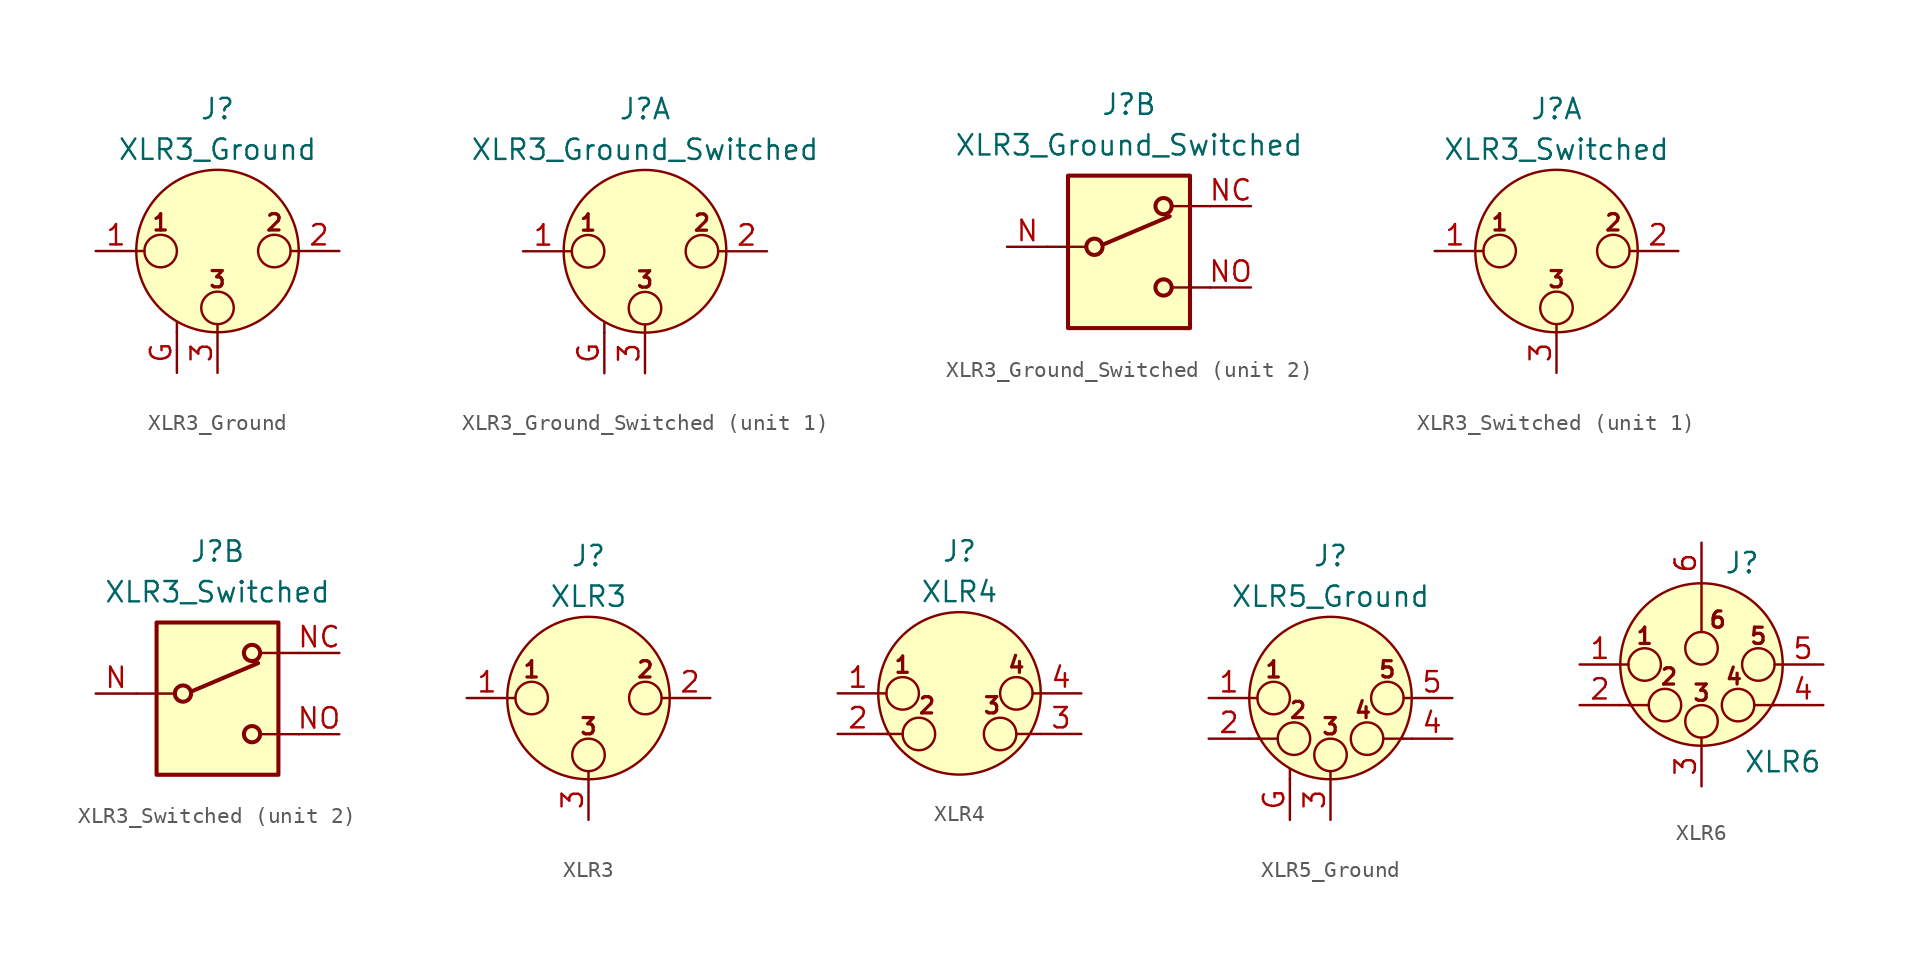
<source format=kicad_sym>
(kicad_symbol_lib
  (version 20241209)
  (generator "kicad_symbol_editor")
  (generator_version "9.0")
  (symbol "XLR3_Ground"
    (pin_names
      (hide yes))
    (property "Reference" "J"
      (at 0 8.89 0)
      (effects (font (size 1.27 1.27))))
    (property "Value" "XLR3_Ground"
      (at 0 6.35 0)
      (effects (font (size 1.27 1.27))))
    (symbol "XLR3_Ground_0_1"
      (polyline (pts (xy -5.08 0) (xy -4.572 0)) (stroke (width 0) (type default)) (fill (type none)))
      (circle (center -3.556 0) (radius 1.016) (stroke (width 0) (type default)) (fill (type none)))
      (polyline (pts (xy -2.54 -5.08) (xy -2.54 -4.445)) (stroke (width 0) (type default)) (fill (type none)))
      (circle (center 0 0) (radius 5.08) (stroke (width 0) (type default)) (fill (type background)))
      (circle (center 0 -3.556) (radius 1.016) (stroke (width 0) (type default)) (fill (type none)))
      (polyline (pts (xy 0 -5.08) (xy 0 -4.572)) (stroke (width 0) (type default)) (fill (type none)))
      (circle (center 3.556 0) (radius 1.016) (stroke (width 0) (type default)) (fill (type none)))
      (polyline (pts (xy 5.08 0) (xy 4.572 0)) (stroke (width 0) (type default)) (fill (type none)))
      (text "1" (at -3.556 1.778 0) (effects (font (size 1.016 1.016) (bold yes))))
      (text "3" (at 0 -1.778 0) (effects (font (size 1.016 1.016) (bold yes))))
      (text "2" (at 3.556 1.778 0) (effects (font (size 1.016 1.016) (bold yes))))
      (pin passive line (at -7.62 0 0) (length 2.54) (name "~" (effects (font (size 1.27 1.27)))) (number "1" (effects (font (size 1.27 1.27)))))
      (pin passive line (at 0 -7.62 90) (length 2.54) (name "~" (effects (font (size 1.27 1.27)))) (number "3" (effects (font (size 1.27 1.27)))))
      (pin passive line (at 7.62 0 180) (length 2.54) (name "~" (effects (font (size 1.27 1.27)))) (number "2" (effects (font (size 1.27 1.27))))))
    (symbol "XLR3_Ground_1_1"
      (pin passive line (at -2.54 -7.62 90) (length 2.54) (name "~" (effects (font (size 1.27 1.27)))) (number "G" (effects (font (size 1.27 1.27)))))))
  (symbol "XLR3_Ground_Switched"
    (pin_names
      (hide yes))
    (property "Reference" "J"
      (at 0 8.89 0)
      (effects (font (size 1.27 1.27))))
    (property "Value" "XLR3_Ground_Switched"
      (at 0 6.35 0)
      (effects (font (size 1.27 1.27))))
    (symbol "XLR3_Ground_Switched_1_1"
      (polyline (pts (xy -5.08 0) (xy -4.572 0)) (stroke (width 0) (type default)) (fill (type none)))
      (circle (center -3.556 0) (radius 1.016) (stroke (width 0) (type default)) (fill (type none)))
      (polyline (pts (xy -2.54 -5.08) (xy -2.54 -4.445)) (stroke (width 0) (type default)) (fill (type none)))
      (circle (center 0 0) (radius 5.08) (stroke (width 0) (type default)) (fill (type background)))
      (circle (center 0 -3.556) (radius 1.016) (stroke (width 0) (type default)) (fill (type none)))
      (polyline (pts (xy 0 -5.08) (xy 0 -4.572)) (stroke (width 0) (type default)) (fill (type none)))
      (circle (center 3.556 0) (radius 1.016) (stroke (width 0) (type default)) (fill (type none)))
      (polyline (pts (xy 5.08 0) (xy 4.572 0)) (stroke (width 0) (type default)) (fill (type none)))
      (text "1" (at -3.556 1.778 0) (effects (font (size 1.016 1.016) (bold yes))))
      (text "3" (at 0 -1.778 0) (effects (font (size 1.016 1.016) (bold yes))))
      (text "2" (at 3.556 1.778 0) (effects (font (size 1.016 1.016) (bold yes))))
      (pin passive line (at -7.62 0 0) (length 2.54) (name "~" (effects (font (size 1.27 1.27)))) (number "1" (effects (font (size 1.27 1.27)))))
      (pin passive line (at -2.54 -7.62 90) (length 2.54) (name "~" (effects (font (size 1.27 1.27)))) (number "G" (effects (font (size 1.27 1.27)))))
      (pin passive line (at 0 -7.62 90) (length 2.54) (name "~" (effects (font (size 1.27 1.27)))) (number "3" (effects (font (size 1.27 1.27)))))
      (pin passive line (at 7.62 0 180) (length 2.54) (name "~" (effects (font (size 1.27 1.27)))) (number "2" (effects (font (size 1.27 1.27))))))
    (symbol "XLR3_Ground_Switched_2_1"
      (polyline (pts (xy -5.08 0) (xy -2.794 0)) (stroke (width 0) (type default)) (fill (type none)))
      (rectangle (start -3.81 4.445) (end 3.81 -5.08) (stroke (width 0.254) (type default)) (fill (type background)))
      (circle (center -2.159 0) (radius 0.508) (stroke (width 0.254) (type default)) (fill (type none)))
      (polyline (pts (xy -1.651 0.127) (xy 2.54 1.905)) (stroke (width 0.254) (type default)) (fill (type none)))
      (circle (center 2.159 2.54) (radius 0.508) (stroke (width 0.254) (type default)) (fill (type none)))
      (circle (center 2.159 -2.54) (radius 0.508) (stroke (width 0.254) (type default)) (fill (type none)))
      (polyline (pts (xy 5.08 2.54) (xy 2.794 2.54)) (stroke (width 0) (type default)) (fill (type none)))
      (polyline (pts (xy 5.08 -2.54) (xy 2.794 -2.54)) (stroke (width 0) (type default)) (fill (type none)))
      (pin passive line (at -7.62 0 0) (length 2.54) (name "~" (effects (font (size 1.27 1.27)))) (number "N" (effects (font (size 1.27 1.27)))))
      (pin passive line (at 7.62 2.54 180) (length 2.54) (name "~" (effects (font (size 1.27 1.27)))) (number "NC" (effects (font (size 1.27 1.27)))))
      (pin passive line (at 7.62 -2.54 180) (length 2.54) (name "~" (effects (font (size 1.27 1.27)))) (number "NO" (effects (font (size 1.27 1.27)))))))
  (symbol "XLR3_Switched"
    (pin_names
      (hide yes))
    (property "Reference" "J"
      (at 0 8.89 0)
      (effects (font (size 1.27 1.27))))
    (property "Value" "XLR3_Switched"
      (at 0 6.35 0)
      (effects (font (size 1.27 1.27))))
    (symbol "XLR3_Switched_1_1"
      (polyline (pts (xy -5.08 0) (xy -4.572 0)) (stroke (width 0) (type default)) (fill (type none)))
      (circle (center -3.556 0) (radius 1.016) (stroke (width 0) (type default)) (fill (type none)))
      (circle (center 0 0) (radius 5.08) (stroke (width 0) (type default)) (fill (type background)))
      (circle (center 0 -3.556) (radius 1.016) (stroke (width 0) (type default)) (fill (type none)))
      (polyline (pts (xy 0 -5.08) (xy 0 -4.572)) (stroke (width 0) (type default)) (fill (type none)))
      (circle (center 3.556 0) (radius 1.016) (stroke (width 0) (type default)) (fill (type none)))
      (polyline (pts (xy 5.08 0) (xy 4.572 0)) (stroke (width 0) (type default)) (fill (type none)))
      (text "1" (at -3.556 1.778 0) (effects (font (size 1.016 1.016) (bold yes))))
      (text "3" (at 0 -1.778 0) (effects (font (size 1.016 1.016) (bold yes))))
      (text "2" (at 3.556 1.778 0) (effects (font (size 1.016 1.016) (bold yes))))
      (pin passive line (at -7.62 0 0) (length 2.54) (name "~" (effects (font (size 1.27 1.27)))) (number "1" (effects (font (size 1.27 1.27)))))
      (pin passive line (at 0 -7.62 90) (length 2.54) (name "~" (effects (font (size 1.27 1.27)))) (number "3" (effects (font (size 1.27 1.27)))))
      (pin passive line (at 7.62 0 180) (length 2.54) (name "~" (effects (font (size 1.27 1.27)))) (number "2" (effects (font (size 1.27 1.27))))))
    (symbol "XLR3_Switched_2_1"
      (polyline (pts (xy -5.08 0) (xy -2.794 0)) (stroke (width 0) (type default)) (fill (type none)))
      (rectangle (start -3.81 4.445) (end 3.81 -5.08) (stroke (width 0.254) (type default)) (fill (type background)))
      (circle (center -2.159 0) (radius 0.508) (stroke (width 0.254) (type default)) (fill (type none)))
      (polyline (pts (xy -1.651 0.127) (xy 2.54 1.905)) (stroke (width 0.254) (type default)) (fill (type none)))
      (circle (center 2.159 2.54) (radius 0.508) (stroke (width 0.254) (type default)) (fill (type none)))
      (circle (center 2.159 -2.54) (radius 0.508) (stroke (width 0.254) (type default)) (fill (type none)))
      (polyline (pts (xy 5.08 2.54) (xy 2.794 2.54)) (stroke (width 0) (type default)) (fill (type none)))
      (polyline (pts (xy 5.08 -2.54) (xy 2.794 -2.54)) (stroke (width 0) (type default)) (fill (type none)))
      (pin passive line (at -7.62 0 0) (length 2.54) (name "~" (effects (font (size 1.27 1.27)))) (number "N" (effects (font (size 1.27 1.27)))))
      (pin passive line (at 7.62 2.54 180) (length 2.54) (name "~" (effects (font (size 1.27 1.27)))) (number "NC" (effects (font (size 1.27 1.27)))))
      (pin passive line (at 7.62 -2.54 180) (length 2.54) (name "~" (effects (font (size 1.27 1.27)))) (number "NO" (effects (font (size 1.27 1.27)))))))
  (symbol "XLR3"
    (pin_names
      (hide yes))
    (property "Reference" "J"
      (at 0 8.89 0)
      (effects (font (size 1.27 1.27))))
    (property "Value" "XLR3"
      (at 0 6.35 0)
      (effects (font (size 1.27 1.27))))
    (symbol "XLR3_0_1"
      (polyline (pts (xy -5.08 0) (xy -4.572 0)) (stroke (width 0) (type default)) (fill (type none)))
      (circle (center -3.556 0) (radius 1.016) (stroke (width 0) (type default)) (fill (type none)))
      (circle (center 0 0) (radius 5.08) (stroke (width 0) (type default)) (fill (type background)))
      (circle (center 0 -3.556) (radius 1.016) (stroke (width 0) (type default)) (fill (type none)))
      (polyline (pts (xy 0 -5.08) (xy 0 -4.572)) (stroke (width 0) (type default)) (fill (type none)))
      (circle (center 3.556 0) (radius 1.016) (stroke (width 0) (type default)) (fill (type none)))
      (polyline (pts (xy 5.08 0) (xy 4.572 0)) (stroke (width 0) (type default)) (fill (type none)))
      (text "1" (at -3.556 1.778 0) (effects (font (size 1.016 1.016) (bold yes))))
      (text "3" (at 0 -1.778 0) (effects (font (size 1.016 1.016) (bold yes))))
      (text "2" (at 3.556 1.778 0) (effects (font (size 1.016 1.016) (bold yes))))
      (pin passive line (at -7.62 0 0) (length 2.54) (name "~" (effects (font (size 1.27 1.27)))) (number "1" (effects (font (size 1.27 1.27)))))
      (pin passive line (at 0 -7.62 90) (length 2.54) (name "~" (effects (font (size 1.27 1.27)))) (number "3" (effects (font (size 1.27 1.27)))))
      (pin passive line (at 7.62 0 180) (length 2.54) (name "~" (effects (font (size 1.27 1.27)))) (number "2" (effects (font (size 1.27 1.27)))))))
  (symbol "XLR4"
    (pin_names
      (hide yes))
    (property "Reference" "J"
      (at 0 8.89 0)
      (effects (font (size 1.27 1.27))))
    (property "Value" "XLR4"
      (at 0 6.35 0)
      (effects (font (size 1.27 1.27))))
    (symbol "XLR4_0_1"
      (polyline (pts (xy -5.08 0) (xy -4.572 0)) (stroke (width 0) (type default)) (fill (type none)))
      (polyline (pts (xy -5.08 -2.54) (xy -4.445 -2.54)) (stroke (width 0) (type default)) (fill (type none)))
      (polyline (pts (xy -4.572 -2.54) (xy -3.556 -2.54)) (stroke (width 0) (type default)) (fill (type none)))
      (circle (center -3.556 0) (radius 1.016) (stroke (width 0) (type default)) (fill (type none)))
      (circle (center -2.54 -2.54) (radius 1.016) (stroke (width 0) (type default)) (fill (type none)))
      (circle (center 0 0) (radius 5.08) (stroke (width 0) (type default)) (fill (type background)))
      (circle (center 2.54 -2.54) (radius 1.016) (stroke (width 0) (type default)) (fill (type none)))
      (circle (center 3.556 0) (radius 1.016) (stroke (width 0) (type default)) (fill (type none)))
      (polyline (pts (xy 4.318 -2.54) (xy 3.556 -2.54)) (stroke (width 0) (type default)) (fill (type none)))
      (polyline (pts (xy 5.08 0) (xy 4.572 0)) (stroke (width 0) (type default)) (fill (type none)))
      (polyline (pts (xy 5.08 -2.54) (xy 4.445 -2.54)) (stroke (width 0) (type default)) (fill (type none)))
      (text "1" (at -3.556 1.778 0) (effects (font (size 1.016 1.016) (bold yes))))
      (text "2" (at -2.032 -0.762 0) (effects (font (size 1.016 1.016) (bold yes))))
      (text "3" (at 2.032 -0.762 0) (effects (font (size 1.016 1.016) (bold yes))))
      (text "4" (at 3.556 1.778 0) (effects (font (size 1.016 1.016) (bold yes)))))
    (symbol "XLR4_1_1"
      (pin passive line (at -7.62 0 0) (length 2.54) (name "~" (effects (font (size 1.27 1.27)))) (number "1" (effects (font (size 1.27 1.27)))))
      (pin passive line (at -7.62 -2.54 0) (length 2.54) (name "~" (effects (font (size 1.27 1.27)))) (number "2" (effects (font (size 1.27 1.27)))))
      (pin passive line (at 7.62 0 180) (length 2.54) (name "~" (effects (font (size 1.27 1.27)))) (number "4" (effects (font (size 1.27 1.27)))))
      (pin passive line (at 7.62 -2.54 180) (length 2.54) (name "~" (effects (font (size 1.27 1.27)))) (number "3" (effects (font (size 1.27 1.27)))))))
  (symbol "XLR5_Ground"
    (pin_names
      (hide yes))
    (property "Reference" "J"
      (at 0 8.89 0)
      (effects (font (size 1.27 1.27))))
    (property "Value" "XLR5_Ground"
      (at 0 6.35 0)
      (effects (font (size 1.27 1.27))))
    (symbol "XLR5_Ground_0_1"
      (polyline (pts (xy -5.08 0) (xy -4.572 0)) (stroke (width 0) (type default)) (fill (type none)))
      (polyline (pts (xy -5.08 -2.54) (xy -4.445 -2.54)) (stroke (width 0) (type default)) (fill (type none)))
      (polyline (pts (xy -4.572 -2.54) (xy -3.302 -2.54)) (stroke (width 0) (type default)) (fill (type none)))
      (circle (center -3.556 0) (radius 1.016) (stroke (width 0) (type default)) (fill (type none)))
      (polyline (pts (xy -2.54 -5.08) (xy -2.54 -4.445)) (stroke (width 0) (type default)) (fill (type none)))
      (circle (center -2.286 -2.54) (radius 1.016) (stroke (width 0) (type default)) (fill (type none)))
      (circle (center 0 0) (radius 5.08) (stroke (width 0) (type default)) (fill (type background)))
      (circle (center 0 -3.556) (radius 1.016) (stroke (width 0) (type default)) (fill (type none)))
      (polyline (pts (xy 0 -5.08) (xy 0 -4.572)) (stroke (width 0) (type default)) (fill (type none)))
      (circle (center 2.286 -2.54) (radius 1.016) (stroke (width 0) (type default)) (fill (type none)))
      (circle (center 3.556 0) (radius 1.016) (stroke (width 0) (type default)) (fill (type none)))
      (polyline (pts (xy 4.572 -2.54) (xy 3.302 -2.54)) (stroke (width 0) (type default)) (fill (type none)))
      (polyline (pts (xy 5.08 0) (xy 4.572 0)) (stroke (width 0) (type default)) (fill (type none)))
      (polyline (pts (xy 5.08 -2.54) (xy 4.445 -2.54)) (stroke (width 0) (type default)) (fill (type none)))
      (text "1" (at -3.556 1.778 0) (effects (font (size 1.016 1.016) (bold yes))))
      (text "2" (at -2.032 -0.762 0) (effects (font (size 1.016 1.016) (bold yes))))
      (text "3" (at 0 -1.778 0) (effects (font (size 1.016 1.016) (bold yes))))
      (text "4" (at 2.032 -0.762 0) (effects (font (size 1.016 1.016) (bold yes))))
      (text "5" (at 3.556 1.778 0) (effects (font (size 1.016 1.016) (bold yes)))))
    (symbol "XLR5_Ground_1_1"
      (pin passive line (at -7.62 0 0) (length 2.54) (name "P1" (effects (font (size 1.27 1.27)))) (number "1" (effects (font (size 1.27 1.27)))))
      (pin passive line (at -7.62 -2.54 0) (length 2.54) (name "P2" (effects (font (size 1.27 1.27)))) (number "2" (effects (font (size 1.27 1.27)))))
      (pin passive line (at -2.54 -7.62 90) (length 2.54) (name "~" (effects (font (size 1.27 1.27)))) (number "G" (effects (font (size 1.27 1.27)))))
      (pin passive line (at 0 -7.62 90) (length 2.54) (name "P3" (effects (font (size 1.27 1.27)))) (number "3" (effects (font (size 1.27 1.27)))))
      (pin passive line (at 7.62 0 180) (length 2.54) (name "P5" (effects (font (size 1.27 1.27)))) (number "5" (effects (font (size 1.27 1.27)))))
      (pin passive line (at 7.62 -2.54 180) (length 2.54) (name "P3" (effects (font (size 1.27 1.27)))) (number "4" (effects (font (size 1.27 1.27)))))))
  (symbol "XLR6"
    (pin_names
      (hide yes))
    (property "Reference" "J"
      (at 2.54 6.35 0)
      (effects (font (size 1.27 1.27))))
    (property "Value" "XLR6"
      (at 5.08 -6.096 0)
      (effects (font (size 1.27 1.27))))
    (symbol "XLR6_0_1"
      (polyline (pts (xy -5.08 0) (xy -4.572 0)) (stroke (width 0) (type default)) (fill (type none)))
      (polyline (pts (xy -5.08 -2.54) (xy -4.445 -2.54)) (stroke (width 0) (type default)) (fill (type none)))
      (polyline (pts (xy -4.572 -2.54) (xy -3.302 -2.54)) (stroke (width 0) (type default)) (fill (type none)))
      (circle (center -3.556 0) (radius 1.016) (stroke (width 0) (type default)) (fill (type none)))
      (circle (center -2.286 -2.54) (radius 1.016) (stroke (width 0) (type default)) (fill (type none)))
      (polyline (pts (xy 0 5.08) (xy 0 2.032)) (stroke (width 0) (type default)) (fill (type none)))
      (circle (center 0 1.016) (radius 1.016) (stroke (width 0) (type default)) (fill (type none)))
      (circle (center 0 0) (radius 5.08) (stroke (width 0) (type default)) (fill (type background)))
      (circle (center 0 -3.556) (radius 1.016) (stroke (width 0) (type default)) (fill (type none)))
      (polyline (pts (xy 0 -5.08) (xy 0 -4.572)) (stroke (width 0) (type default)) (fill (type none)))
      (circle (center 2.286 -2.54) (radius 1.016) (stroke (width 0) (type default)) (fill (type none)))
      (circle (center 3.556 0) (radius 1.016) (stroke (width 0) (type default)) (fill (type none)))
      (polyline (pts (xy 4.572 -2.54) (xy 3.302 -2.54)) (stroke (width 0) (type default)) (fill (type none)))
      (polyline (pts (xy 5.08 0) (xy 4.572 0)) (stroke (width 0) (type default)) (fill (type none)))
      (polyline (pts (xy 5.08 -2.54) (xy 4.445 -2.54)) (stroke (width 0) (type default)) (fill (type none)))
      (text "1" (at -3.556 1.778 0) (effects (font (size 1.016 1.016) (bold yes))))
      (text "2" (at -2.032 -0.762 0) (effects (font (size 1.016 1.016) (bold yes))))
      (text "3" (at 0 -1.778 0) (effects (font (size 1.016 1.016) (bold yes))))
      (text "6" (at 1.016 2.794 0) (effects (font (size 1.016 1.016) (bold yes))))
      (text "4" (at 2.032 -0.762 0) (effects (font (size 1.016 1.016) (bold yes))))
      (text "5" (at 3.556 1.778 0) (effects (font (size 1.016 1.016) (bold yes)))))
    (symbol "XLR6_1_1"
      (pin passive line (at -7.62 0 0) (length 2.54) (name "P1" (effects (font (size 1.27 1.27)))) (number "1" (effects (font (size 1.27 1.27)))))
      (pin passive line (at -7.62 -2.54 0) (length 2.54) (name "P2" (effects (font (size 1.27 1.27)))) (number "2" (effects (font (size 1.27 1.27)))))
      (pin passive line (at 0 7.62 270) (length 2.54) (name "P6" (effects (font (size 1.27 1.27)))) (number "6" (effects (font (size 1.27 1.27)))))
      (pin passive line (at 0 -7.62 90) (length 2.54) (name "P3" (effects (font (size 1.27 1.27)))) (number "3" (effects (font (size 1.27 1.27)))))
      (pin passive line (at 7.62 0 180) (length 2.54) (name "P5" (effects (font (size 1.27 1.27)))) (number "5" (effects (font (size 1.27 1.27)))))
      (pin passive line (at 7.62 -2.54 180) (length 2.54) (name "P3" (effects (font (size 1.27 1.27)))) (number "4" (effects (font (size 1.27 1.27))))))))
</source>
